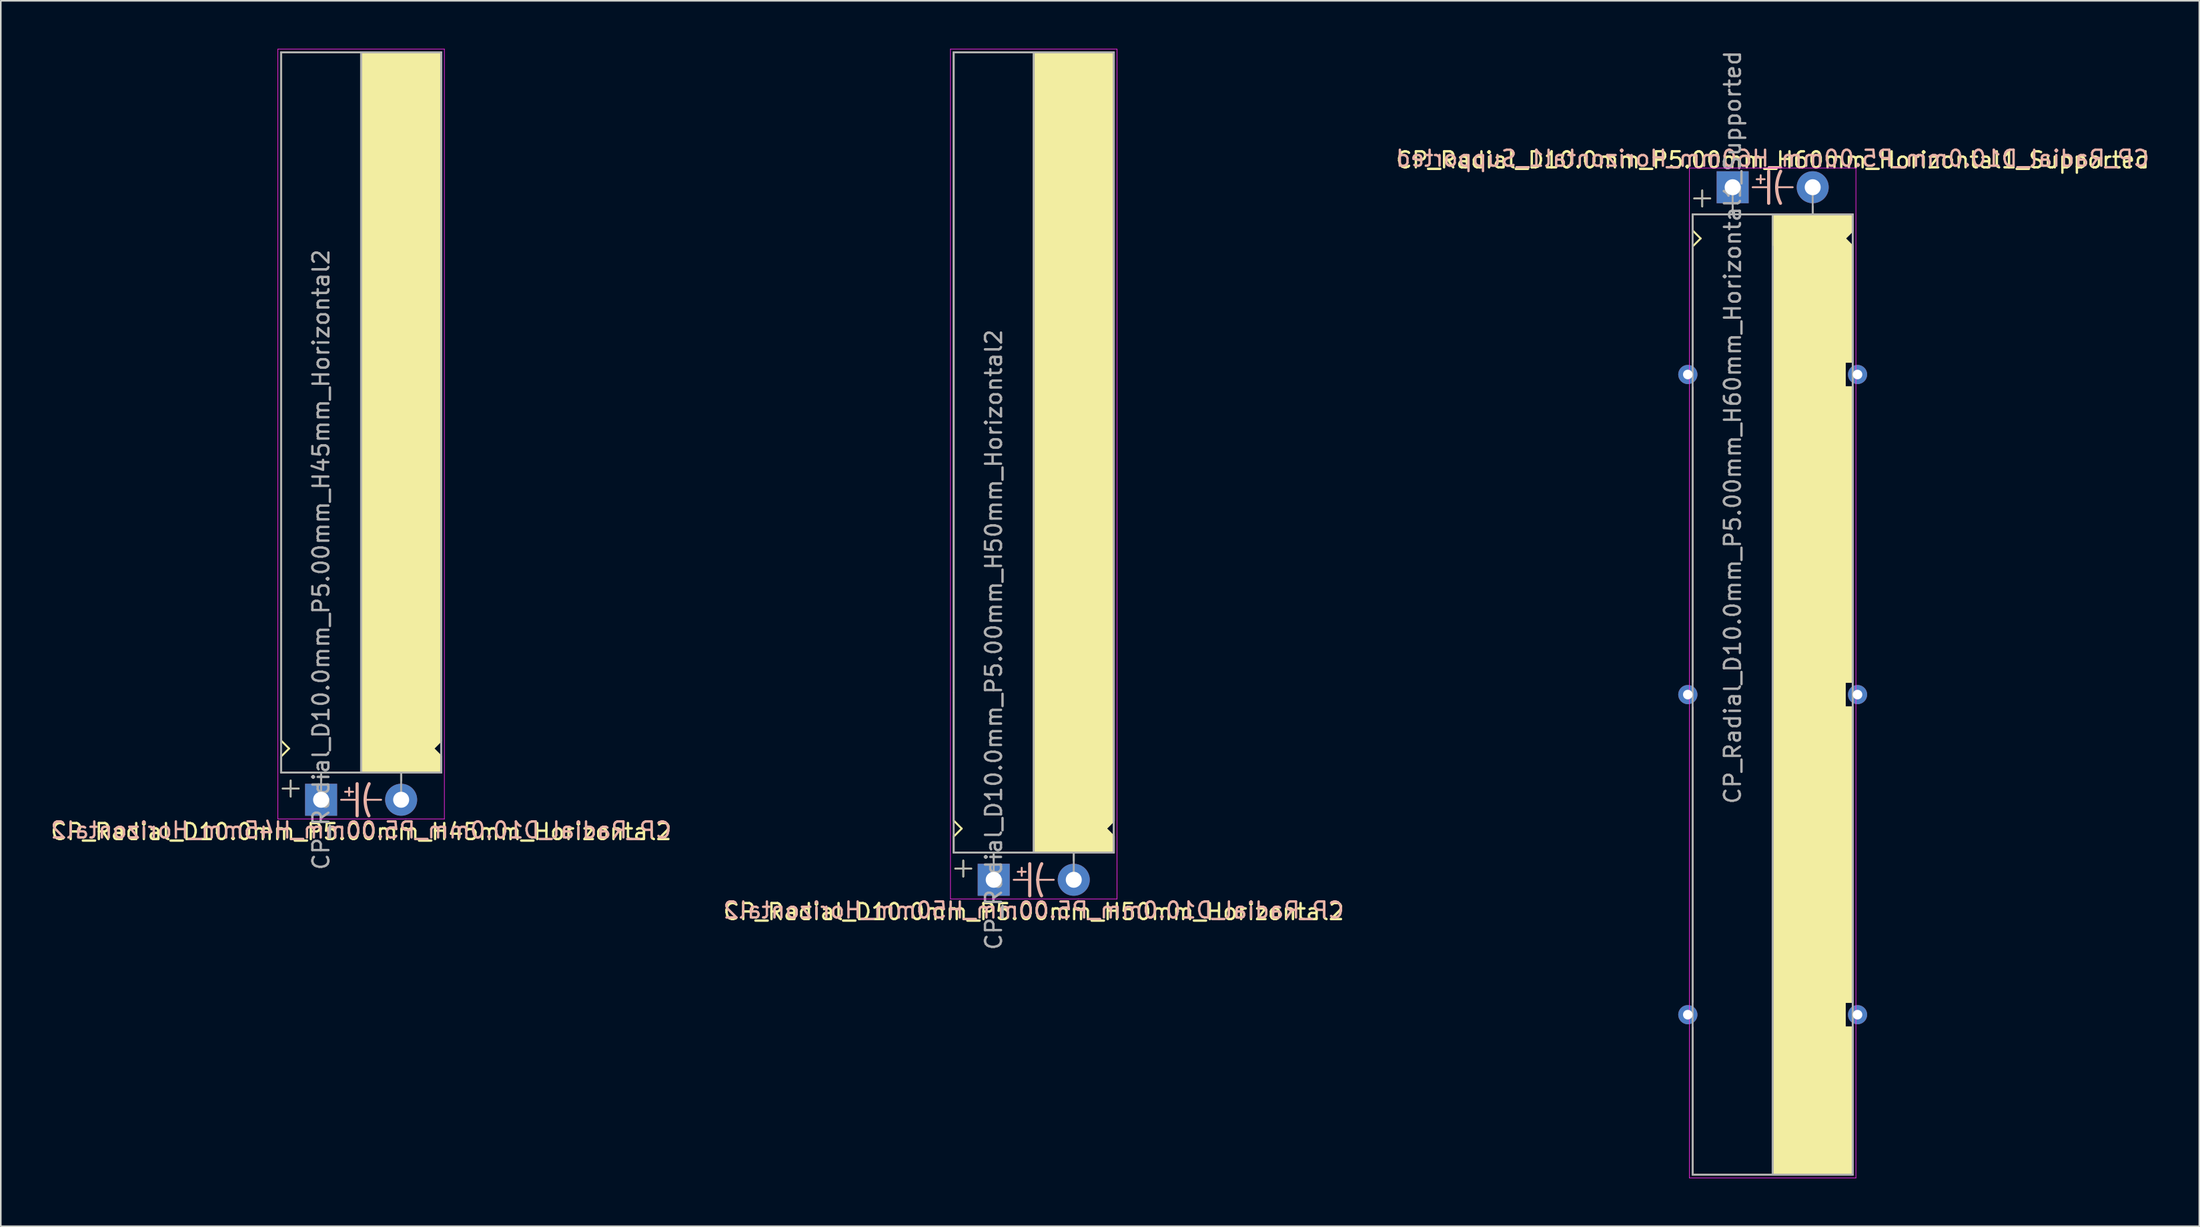
<source format=kicad_pcb>
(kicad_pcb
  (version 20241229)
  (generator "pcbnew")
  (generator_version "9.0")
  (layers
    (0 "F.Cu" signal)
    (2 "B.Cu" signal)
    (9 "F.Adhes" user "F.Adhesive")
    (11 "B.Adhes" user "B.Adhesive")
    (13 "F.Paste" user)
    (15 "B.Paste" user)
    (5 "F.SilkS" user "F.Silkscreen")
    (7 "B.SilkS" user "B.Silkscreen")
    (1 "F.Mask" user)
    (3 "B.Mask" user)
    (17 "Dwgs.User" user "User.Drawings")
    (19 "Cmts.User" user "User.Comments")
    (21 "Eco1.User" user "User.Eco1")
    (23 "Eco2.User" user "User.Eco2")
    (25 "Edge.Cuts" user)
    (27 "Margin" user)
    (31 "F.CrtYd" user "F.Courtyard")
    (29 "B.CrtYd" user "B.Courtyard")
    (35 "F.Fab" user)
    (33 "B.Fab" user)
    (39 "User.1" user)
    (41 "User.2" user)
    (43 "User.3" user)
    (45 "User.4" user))
  (footprint "CP_Radial_D10.0mm_P5.00mm_H50mm_Horizontal2"
    (layer "F.Cu")
    (at 59.018 51.92)
    (property "Reference" "CP_Radial_D10.0mm_P5.00mm_H50mm_Horizontal2" (at 2.5 2 0) (layer "F.SilkS") (effects (font (size 1 1) (thickness 0.15))))
    (fp_line (start -2.5 -51.7) (end 7.5 -51.7) (stroke (width 0.12) (type solid)) (layer "F.SilkS"))
    (fp_line (start -2.5 -11.7) (end -2.5 -51.7) (stroke (width 0.12) (type solid)) (layer "F.SilkS"))
    (fp_line (start -2.5 -3.7) (end -2.5 -11.7) (stroke (width 0.12) (type solid)) (layer "F.SilkS"))
    (fp_line (start -2.5 -2.7) (end -2 -3.2) (stroke (width 0.12) (type solid)) (layer "F.SilkS"))
    (fp_line (start -2.5 -1.7) (end -2.5 -2.7) (stroke (width 0.12) (type solid)) (layer "F.SilkS"))
    (fp_line (start -2 -3.2) (end -2.5 -3.7) (stroke (width 0.12) (type solid)) (layer "F.SilkS"))
    (fp_line (start -1.9 -1.2) (end -1.9 -0.2) (stroke (width 0.12) (type solid)) (layer "F.SilkS"))
    (fp_line (start -1.4 -0.7) (end -2.4 -0.7) (stroke (width 0.12) (type solid)) (layer "F.SilkS"))
    (fp_line (start 0 -1.7) (end 0 -1.2) (stroke (width 0.12) (type solid)) (layer "F.SilkS"))
    (fp_line (start 2.5 -51.7) (end 2.5 -1.7) (stroke (width 0.12) (type solid)) (layer "F.SilkS"))
    (fp_line (start 2.5 -1.7) (end -2.5 -1.7) (stroke (width 0.12) (type solid)) (layer "F.SilkS"))
    (fp_line (start 5 -1.7) (end 5 -1.2) (stroke (width 0.12) (type solid)) (layer "F.SilkS"))
    (fp_line (start 7 -3.2) (end 7.5 -3.7) (stroke (width 0.12) (type solid)) (layer "F.SilkS"))
    (fp_line (start 7.5 -11.7) (end 7.5 -51.7) (stroke (width 0.12) (type solid)) (layer "F.SilkS"))
    (fp_line (start 7.5 -3.7) (end 7.5 -11.7) (stroke (width 0.12) (type solid)) (layer "F.SilkS"))
    (fp_line (start 7.5 -2.7) (end 7 -3.2) (stroke (width 0.12) (type solid)) (layer "F.SilkS"))
    (fp_line (start 7.5 -1.7) (end 2.5 -1.7) (stroke (width 0.12) (type solid)) (layer "F.SilkS"))
    (fp_line (start 7.5 -1.7) (end 7.5 -2.7) (stroke (width 0.12) (type solid)) (layer "F.SilkS"))
    (fp_poly (pts (xy 7.5 -2.7) (xy 7 -3.2) (xy 7.5 -3.7) (xy 7.5 -51.7) (xy 2.5 -51.7) (xy 2.5 -1.7) (xy 7.5 -1.7)) (stroke (width 0.1) (type solid)) (fill yes) (layer "F.SilkS"))
    (fp_line (start 1.25 0) (end 2.25 0) (stroke (width 0.12) (type solid)) (layer "B.SilkS"))
    (fp_line (start 1.5 -0.5) (end 2 -0.5) (stroke (width 0.12) (type solid)) (layer "B.SilkS"))
    (fp_line (start 1.75 -0.75) (end 1.75 -0.25) (stroke (width 0.12) (type solid)) (layer "B.SilkS"))
    (fp_line (start 2.25 1) (end 2.25 -1) (stroke (width 0.2) (type solid)) (layer "B.SilkS"))
    (fp_line (start 3.75 0) (end 2.75 0) (stroke (width 0.12) (type solid)) (layer "B.SilkS"))
    (fp_arc (start 2.75 0) (mid 2.816707 -0.514573) (end 3 -1) (stroke (width 0.2) (type solid)) (layer "B.SilkS"))
    (fp_arc (start 2.987539 1) (mid 2.810248 0.513901) (end 2.75 0) (stroke (width 0.2) (type solid)) (layer "B.SilkS"))
    (fp_line (start -2.7 -51.9) (end -2.7 1.2) (stroke (width 0.04) (type solid)) (layer "F.CrtYd"))
    (fp_line (start -2.7 1.2) (end 5.3 1.2) (stroke (width 0.04) (type solid)) (layer "F.CrtYd"))
    (fp_line (start 5.3 1.2) (end 7.7 1.2) (stroke (width 0.04) (type solid)) (layer "F.CrtYd"))
    (fp_line (start 7.7 -51.9) (end -2.7 -51.9) (stroke (width 0.04) (type solid)) (layer "F.CrtYd"))
    (fp_line (start 7.7 1.2) (end 7.7 -51.9) (stroke (width 0.04) (type solid)) (layer "F.CrtYd"))
    (fp_line (start -2.5 -51.7) (end 7.5 -51.7) (stroke (width 0.12) (type solid)) (layer "F.Fab"))
    (fp_line (start -2.5 -1.7) (end -2.5 -51.7) (stroke (width 0.12) (type solid)) (layer "F.Fab"))
    (fp_line (start -2.4 -0.7) (end -1.4 -0.7) (stroke (width 0.1) (type solid)) (layer "F.Fab"))
    (fp_line (start -1.9 -0.2) (end -1.9 -1.2) (stroke (width 0.1) (type solid)) (layer "F.Fab"))
    (fp_line (start 0 -1.7) (end 0 0) (stroke (width 0.12) (type solid)) (layer "F.Fab"))
    (fp_line (start 2.5 -1.7) (end 2.5 -51.7) (stroke (width 0.12) (type solid)) (layer "F.Fab"))
    (fp_line (start 5 -1.7) (end 5 0) (stroke (width 0.12) (type solid)) (layer "F.Fab"))
    (fp_line (start 7.5 -51.7) (end 7.5 -1.7) (stroke (width 0.12) (type solid)) (layer "F.Fab"))
    (fp_line (start 7.5 -1.7) (end -2.5 -1.7) (stroke (width 0.12) (type solid)) (layer "F.Fab"))
    (fp_poly (pts (xy 7.5 -51.7) (xy 2.5 -51.7) (xy 2.5 -1.7) (xy 7.5 -1.7)) (stroke (width 0.1) (type solid)) (fill no) (layer "F.Fab"))
    (fp_text user "${REFERENCE}" (at 2.5 1.9 0) (layer "B.SilkS") (effects (font (size 1 1) (thickness 0.15)) (justify mirror)))
    (fp_text user "${REFERENCE}" (at 0 -15 90) (layer "F.Fab") (effects (font (size 1 1) (thickness 0.15))))
    (pad "1" thru_hole rect (at 0 0) (size 2 2) (drill 1) (layers "*.Cu" "*.Mask"))
    (pad "2" thru_hole circle (at 5 0) (size 2 2) (drill 1) (layers "*.Cu" "*.Mask")))
  (footprint "CP_Radial_D10.0mm_P5.00mm_H60mm_Horizontal1_Supported"
    (layer "F.Cu")
    (at 105.173 8.649)
    (property "Reference" "CP_Radial_D10.0mm_P5.00mm_H60mm_Horizontal1_Supported" (at 2.5 -1.7 0) (layer "F.SilkS") (effects (font (size 1 1) (thickness 0.15))))
    (fp_line (start -2.5 1.7) (end -2.5 2.7) (stroke (width 0.12) (type solid)) (layer "F.SilkS"))
    (fp_line (start -2.5 2.7) (end -2 3.2) (stroke (width 0.12) (type solid)) (layer "F.SilkS"))
    (fp_line (start -2.5 3.8) (end -2.5 10.9) (stroke (width 0.12) (type solid)) (layer "F.SilkS"))
    (fp_line (start -2.5 12.5) (end -2.5 30.9) (stroke (width 0.12) (type solid)) (layer "F.SilkS"))
    (fp_line (start -2.5 50.9) (end -2.5 32.5) (stroke (width 0.12) (type solid)) (layer "F.SilkS"))
    (fp_line (start -2.5 52.5) (end -2.5 61.7) (stroke (width 0.12) (type solid)) (layer "F.SilkS"))
    (fp_line (start -2.5 61.7) (end 7.5 61.7) (stroke (width 0.12) (type solid)) (layer "F.SilkS"))
    (fp_line (start -2 3.2) (end -2.5 3.7) (stroke (width 0.12) (type solid)) (layer "F.SilkS"))
    (fp_line (start -1.9 0.2) (end -1.9 1.2) (stroke (width 0.12) (type solid)) (layer "F.SilkS"))
    (fp_line (start -1.4 0.7) (end -2.4 0.7) (stroke (width 0.12) (type solid)) (layer "F.SilkS"))
    (fp_line (start 0 1.7) (end 0 1.2) (stroke (width 0.12) (type solid)) (layer "F.SilkS"))
    (fp_line (start 2.5 1.7) (end -2.5 1.7) (stroke (width 0.12) (type solid)) (layer "F.SilkS"))
    (fp_line (start 2.5 61.7) (end 2.5 1.7) (stroke (width 0.12) (type solid)) (layer "F.SilkS"))
    (fp_line (start 5 1.7) (end 5 1.2) (stroke (width 0.12) (type solid)) (layer "F.SilkS"))
    (fp_line (start 7 3.2) (end 7.5 3.7) (stroke (width 0.12) (type solid)) (layer "F.SilkS"))
    (fp_line (start 7 10.9) (end 7 12.5) (stroke (width 0.12) (type solid)) (layer "F.SilkS"))
    (fp_line (start 7 12.5) (end 7.5 12.5) (stroke (width 0.12) (type solid)) (layer "F.SilkS"))
    (fp_line (start 7 30.9) (end 7 32.5) (stroke (width 0.12) (type solid)) (layer "F.SilkS"))
    (fp_line (start 7 32.5) (end 7.5 32.5) (stroke (width 0.12) (type solid)) (layer "F.SilkS"))
    (fp_line (start 7 50.9) (end 7 52.5) (stroke (width 0.12) (type solid)) (layer "F.SilkS"))
    (fp_line (start 7 52.5) (end 7.5 52.5) (stroke (width 0.12) (type solid)) (layer "F.SilkS"))
    (fp_line (start 7.5 1.7) (end 2.5 1.7) (stroke (width 0.12) (type solid)) (layer "F.SilkS"))
    (fp_line (start 7.5 1.7) (end 7.5 2.7) (stroke (width 0.12) (type solid)) (layer "F.SilkS"))
    (fp_line (start 7.5 2.7) (end 7 3.2) (stroke (width 0.12) (type solid)) (layer "F.SilkS"))
    (fp_line (start 7.5 3.7) (end 7.5 10.9) (stroke (width 0.12) (type solid)) (layer "F.SilkS"))
    (fp_line (start 7.5 10.9) (end 7 10.9) (stroke (width 0.12) (type solid)) (layer "F.SilkS"))
    (fp_line (start 7.5 12.5) (end 7.5 30.9) (stroke (width 0.12) (type solid)) (layer "F.SilkS"))
    (fp_line (start 7.5 30.9) (end 7 30.9) (stroke (width 0.12) (type solid)) (layer "F.SilkS"))
    (fp_line (start 7.5 50.9) (end 7 50.9) (stroke (width 0.12) (type solid)) (layer "F.SilkS"))
    (fp_line (start 7.5 50.9) (end 7.5 32.5) (stroke (width 0.12) (type solid)) (layer "F.SilkS"))
    (fp_line (start 7.5 52.5) (end 7.5 61.7) (stroke (width 0.12) (type solid)) (layer "F.SilkS"))
    (fp_poly (pts (xy 7.5 2.7) (xy 7 3.2) (xy 7.5 3.7) (xy 7.5 10.9) (xy 7 10.9) (xy 7 12.5) (xy 7.5 12.5) (xy 7.5 30.9) (xy 7 30.9) (xy 7 32.5) (xy 7.5 32.5) (xy 7.5 50.9) (xy 7 50.9) (xy 7 52.5) (xy 7.5 52.5) (xy 7.5 61.7) (xy 2.5 61.7) (xy 2.5 1.7) (xy 7.5 1.7)) (stroke (width 0.1) (type solid)) (fill yes) (layer "F.SilkS"))
    (fp_line (start 1.25 0) (end 2.25 0) (stroke (width 0.12) (type solid)) (layer "B.SilkS"))
    (fp_line (start 1.5 -0.5) (end 2 -0.5) (stroke (width 0.12) (type solid)) (layer "B.SilkS"))
    (fp_line (start 1.75 -0.75) (end 1.75 -0.25) (stroke (width 0.12) (type solid)) (layer "B.SilkS"))
    (fp_line (start 2.25 1) (end 2.25 -1) (stroke (width 0.2) (type solid)) (layer "B.SilkS"))
    (fp_line (start 3.75 0) (end 2.75 0) (stroke (width 0.12) (type solid)) (layer "B.SilkS"))
    (fp_arc (start 2.75 0) (mid 2.816707 -0.514573) (end 3 -1) (stroke (width 0.2) (type solid)) (layer "B.SilkS"))
    (fp_arc (start 2.987539 1) (mid 2.810248 0.513901) (end 2.75 0) (stroke (width 0.2) (type solid)) (layer "B.SilkS"))
    (fp_line (start -2.7 -1.2) (end 5.3 -1.2) (stroke (width 0.04) (type solid)) (layer "F.CrtYd"))
    (fp_line (start -2.7 61.9) (end -2.7 -1.2) (stroke (width 0.04) (type solid)) (layer "F.CrtYd"))
    (fp_line (start 5.3 -1.2) (end 7.7 -1.2) (stroke (width 0.04) (type solid)) (layer "F.CrtYd"))
    (fp_line (start 7.7 -1.2) (end 7.7 61.9) (stroke (width 0.04) (type solid)) (layer "F.CrtYd"))
    (fp_line (start 7.7 61.9) (end -2.7 61.9) (stroke (width 0.04) (type solid)) (layer "F.CrtYd"))
    (fp_line (start -2.5 1.7) (end -2.5 61.7) (stroke (width 0.12) (type solid)) (layer "F.Fab"))
    (fp_line (start -2.5 61.7) (end 7.5 61.7) (stroke (width 0.12) (type solid)) (layer "F.Fab"))
    (fp_line (start -2.4 0.7) (end -1.4 0.7) (stroke (width 0.1) (type solid)) (layer "F.Fab"))
    (fp_line (start -1.9 1.2) (end -1.9 0.2) (stroke (width 0.1) (type solid)) (layer "F.Fab"))
    (fp_line (start 0 1.7) (end 0 0) (stroke (width 0.12) (type solid)) (layer "F.Fab"))
    (fp_line (start 2.5 3.7) (end 2.5 61.7) (stroke (width 0.12) (type solid)) (layer "F.Fab"))
    (fp_line (start 5 1.7) (end 5 0) (stroke (width 0.12) (type solid)) (layer "F.Fab"))
    (fp_line (start 7.5 1.7) (end -2.5 1.7) (stroke (width 0.12) (type solid)) (layer "F.Fab"))
    (fp_line (start 7.5 61.7) (end 7.5 1.7) (stroke (width 0.12) (type solid)) (layer "F.Fab"))
    (fp_poly (pts (xy 7.5 61.7) (xy 2.5 61.7) (xy 2.5 1.7) (xy 7.5 1.7)) (stroke (width 0.1) (type solid)) (fill no) (layer "F.Fab"))
    (fp_text user "${REFERENCE}" (at 2.5 -1.8 0) (layer "B.SilkS") (effects (font (size 1 1) (thickness 0.15)) (justify mirror)))
    (fp_text user "${REFERENCE}" (at 0 15 90) (layer "F.Fab") (effects (font (size 1 1) (thickness 0.15))))
    (pad "1" thru_hole rect (at 0 0) (size 2 2) (drill 1) (layers "*.Cu" "*.Mask"))
    (pad "2" thru_hole circle (at 5 0) (size 2 2) (drill 1) (layers "*.Cu" "*.Mask"))
    (pad "~" thru_hole circle (at -2.8 11.7 180) (size 1.2 1.2) (drill 0.6) (layers "*.Cu" "*.Mask"))
    (pad "~" thru_hole circle (at -2.8 31.7 180) (size 1.2 1.2) (drill 0.6) (layers "*.Cu" "*.Mask"))
    (pad "~" thru_hole circle (at -2.8 51.7) (size 1.2 1.2) (drill 0.6) (layers "*.Cu" "*.Mask"))
    (pad "~" thru_hole circle (at 7.8 11.7) (size 1.2 1.2) (drill 0.6) (layers "*.Cu" "*.Mask"))
    (pad "~" thru_hole circle (at 7.8 31.7) (size 1.2 1.2) (drill 0.6) (layers "*.Cu" "*.Mask"))
    (pad "~" thru_hole circle (at 7.8 51.7) (size 1.2 1.2) (drill 0.6) (layers "*.Cu" "*.Mask")))
  (footprint "CP_Radial_D10.0mm_P5.00mm_H45mm_Horizontal2"
    (layer "F.Cu")
    (at 17.006 46.92)
    (property "Reference" "CP_Radial_D10.0mm_P5.00mm_H45mm_Horizontal2" (at 2.5 2 0) (layer "F.SilkS") (effects (font (size 1 1) (thickness 0.15))))
    (fp_line (start -2.5 -46.7) (end 7.5 -46.7) (stroke (width 0.12) (type solid)) (layer "F.SilkS"))
    (fp_line (start -2.5 -11.7) (end -2.5 -46.7) (stroke (width 0.12) (type solid)) (layer "F.SilkS"))
    (fp_line (start -2.5 -3.7) (end -2.5 -11.7) (stroke (width 0.12) (type solid)) (layer "F.SilkS"))
    (fp_line (start -2.5 -2.7) (end -2 -3.2) (stroke (width 0.12) (type solid)) (layer "F.SilkS"))
    (fp_line (start -2.5 -1.7) (end -2.5 -2.7) (stroke (width 0.12) (type solid)) (layer "F.SilkS"))
    (fp_line (start -2 -3.2) (end -2.5 -3.7) (stroke (width 0.12) (type solid)) (layer "F.SilkS"))
    (fp_line (start -1.9 -1.2) (end -1.9 -0.2) (stroke (width 0.12) (type solid)) (layer "F.SilkS"))
    (fp_line (start -1.4 -0.7) (end -2.4 -0.7) (stroke (width 0.12) (type solid)) (layer "F.SilkS"))
    (fp_line (start 0 -1.7) (end 0 -1.2) (stroke (width 0.12) (type solid)) (layer "F.SilkS"))
    (fp_line (start 2.5 -46.7) (end 2.5 -1.7) (stroke (width 0.12) (type solid)) (layer "F.SilkS"))
    (fp_line (start 2.5 -1.7) (end -2.5 -1.7) (stroke (width 0.12) (type solid)) (layer "F.SilkS"))
    (fp_line (start 5 -1.7) (end 5 -1.2) (stroke (width 0.12) (type solid)) (layer "F.SilkS"))
    (fp_line (start 7 -3.2) (end 7.5 -3.7) (stroke (width 0.12) (type solid)) (layer "F.SilkS"))
    (fp_line (start 7.5 -11.7) (end 7.5 -46.7) (stroke (width 0.12) (type solid)) (layer "F.SilkS"))
    (fp_line (start 7.5 -3.7) (end 7.5 -11.7) (stroke (width 0.12) (type solid)) (layer "F.SilkS"))
    (fp_line (start 7.5 -2.7) (end 7 -3.2) (stroke (width 0.12) (type solid)) (layer "F.SilkS"))
    (fp_line (start 7.5 -1.7) (end 2.5 -1.7) (stroke (width 0.12) (type solid)) (layer "F.SilkS"))
    (fp_line (start 7.5 -1.7) (end 7.5 -2.7) (stroke (width 0.12) (type solid)) (layer "F.SilkS"))
    (fp_poly (pts (xy 7.5 -2.7) (xy 7 -3.2) (xy 7.5 -3.7) (xy 7.5 -46.7) (xy 2.5 -46.7) (xy 2.5 -1.7) (xy 7.5 -1.7)) (stroke (width 0.1) (type solid)) (fill yes) (layer "F.SilkS"))
    (fp_line (start 1.25 0) (end 2.25 0) (stroke (width 0.12) (type solid)) (layer "B.SilkS"))
    (fp_line (start 1.5 -0.5) (end 2 -0.5) (stroke (width 0.12) (type solid)) (layer "B.SilkS"))
    (fp_line (start 1.75 -0.75) (end 1.75 -0.25) (stroke (width 0.12) (type solid)) (layer "B.SilkS"))
    (fp_line (start 2.25 1) (end 2.25 -1) (stroke (width 0.2) (type solid)) (layer "B.SilkS"))
    (fp_line (start 3.75 0) (end 2.75 0) (stroke (width 0.12) (type solid)) (layer "B.SilkS"))
    (fp_arc (start 2.75 0) (mid 2.816707 -0.514573) (end 3 -1) (stroke (width 0.2) (type solid)) (layer "B.SilkS"))
    (fp_arc (start 2.987539 1) (mid 2.810248 0.513901) (end 2.75 0) (stroke (width 0.2) (type solid)) (layer "B.SilkS"))
    (fp_line (start -2.7 -46.9) (end -2.7 1.2) (stroke (width 0.04) (type solid)) (layer "F.CrtYd"))
    (fp_line (start -2.7 1.2) (end 5.3 1.2) (stroke (width 0.04) (type solid)) (layer "F.CrtYd"))
    (fp_line (start 5.3 1.2) (end 7.7 1.2) (stroke (width 0.04) (type solid)) (layer "F.CrtYd"))
    (fp_line (start 7.7 -46.9) (end -2.7 -46.9) (stroke (width 0.04) (type solid)) (layer "F.CrtYd"))
    (fp_line (start 7.7 1.2) (end 7.7 -46.9) (stroke (width 0.04) (type solid)) (layer "F.CrtYd"))
    (fp_line (start -2.5 -46.7) (end 7.5 -46.7) (stroke (width 0.12) (type solid)) (layer "F.Fab"))
    (fp_line (start -2.5 -1.7) (end -2.5 -46.7) (stroke (width 0.12) (type solid)) (layer "F.Fab"))
    (fp_line (start -2.4 -0.7) (end -1.4 -0.7) (stroke (width 0.1) (type solid)) (layer "F.Fab"))
    (fp_line (start -1.9 -0.2) (end -1.9 -1.2) (stroke (width 0.1) (type solid)) (layer "F.Fab"))
    (fp_line (start 0 -1.7) (end 0 0) (stroke (width 0.12) (type solid)) (layer "F.Fab"))
    (fp_line (start 2.5 -1.7) (end 2.5 -46.7) (stroke (width 0.12) (type solid)) (layer "F.Fab"))
    (fp_line (start 5 -1.7) (end 5 0) (stroke (width 0.12) (type solid)) (layer "F.Fab"))
    (fp_line (start 7.5 -46.7) (end 7.5 -1.7) (stroke (width 0.12) (type solid)) (layer "F.Fab"))
    (fp_line (start 7.5 -1.7) (end -2.5 -1.7) (stroke (width 0.12) (type solid)) (layer "F.Fab"))
    (fp_poly (pts (xy 7.5 -46.7) (xy 2.5 -46.7) (xy 2.5 -1.7) (xy 7.5 -1.7)) (stroke (width 0.1) (type solid)) (fill no) (layer "F.Fab"))
    (fp_text user "${REFERENCE}" (at 2.5 1.9 0) (layer "B.SilkS") (effects (font (size 1 1) (thickness 0.15)) (justify mirror)))
    (fp_text user "${REFERENCE}" (at 0 -15 90) (layer "F.Fab") (effects (font (size 1 1) (thickness 0.15))))
    (pad "1" thru_hole rect (at 0 0) (size 2 2) (drill 1) (layers "*.Cu" "*.Mask"))
    (pad "2" thru_hole circle (at 5 0) (size 2 2) (drill 1) (layers "*.Cu" "*.Mask")))
  (gr_rect
    (start -3 -3)
    (end 134.321 73.569)
    (stroke (width 0.1) (type default))
    (fill no)
    (layer "Edge.Cuts")))
</source>
